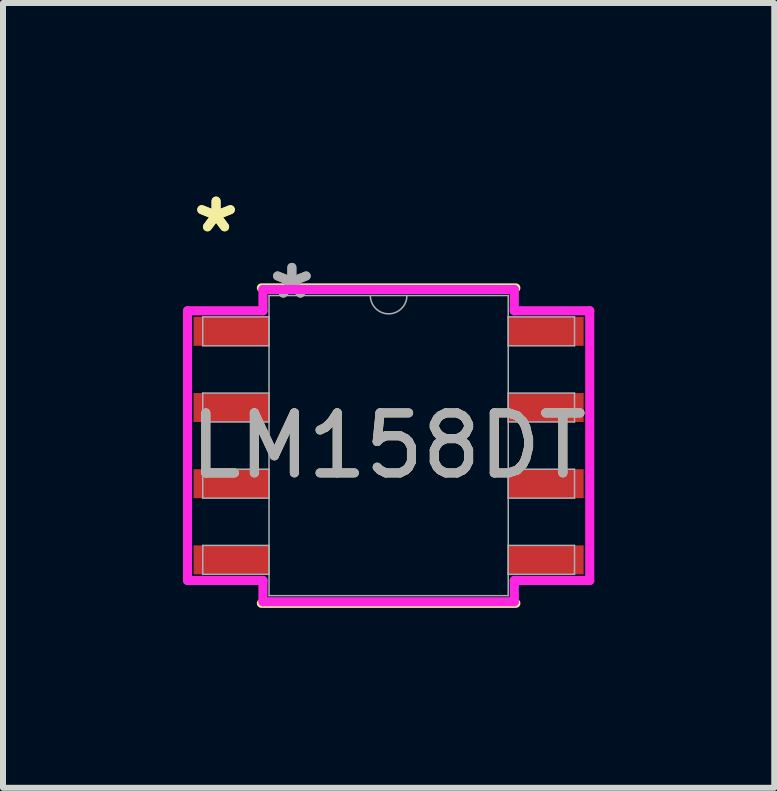
<source format=kicad_pcb>
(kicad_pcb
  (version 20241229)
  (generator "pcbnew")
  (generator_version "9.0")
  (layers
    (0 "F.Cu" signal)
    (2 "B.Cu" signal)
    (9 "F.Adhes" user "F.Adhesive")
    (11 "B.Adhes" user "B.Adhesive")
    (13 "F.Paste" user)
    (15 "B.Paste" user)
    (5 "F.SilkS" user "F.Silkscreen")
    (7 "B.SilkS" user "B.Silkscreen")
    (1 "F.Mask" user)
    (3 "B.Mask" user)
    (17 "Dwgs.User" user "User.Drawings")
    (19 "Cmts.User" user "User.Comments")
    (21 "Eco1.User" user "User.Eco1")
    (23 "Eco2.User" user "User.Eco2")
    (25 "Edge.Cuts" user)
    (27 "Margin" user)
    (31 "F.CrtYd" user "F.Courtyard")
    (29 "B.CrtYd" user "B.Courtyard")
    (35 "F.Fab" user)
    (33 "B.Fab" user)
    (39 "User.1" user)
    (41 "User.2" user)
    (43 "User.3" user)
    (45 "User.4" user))
  (footprint "LM158DT"
    (layer "F.Cu")
    (at 3.429 4.379)
    (property "Reference" "LM158DT" (at 0 0 0) (unlocked yes) (layer "F.SilkS") (effects (font (size 1 1) (thickness 0.15))))
    (attr smd)
    (fp_line (start -2.121 2.629) (end 2.121 2.629) (stroke (width 0.152) (type solid)) (layer "F.SilkS"))
    (fp_line (start 2.121 -2.629) (end -2.121 -2.629) (stroke (width 0.152) (type solid)) (layer "F.SilkS"))
    (fp_line (start -3.353 -2.248) (end -2.095 -2.248) (stroke (width 0.152) (type solid)) (layer "F.CrtYd"))
    (fp_line (start -3.353 2.248) (end -3.353 -2.248) (stroke (width 0.152) (type solid)) (layer "F.CrtYd"))
    (fp_line (start -3.353 2.248) (end -2.095 2.248) (stroke (width 0.152) (type solid)) (layer "F.CrtYd"))
    (fp_line (start -2.095 -2.603) (end 2.095 -2.603) (stroke (width 0.152) (type solid)) (layer "F.CrtYd"))
    (fp_line (start -2.095 -2.248) (end -2.095 -2.603) (stroke (width 0.152) (type solid)) (layer "F.CrtYd"))
    (fp_line (start -2.095 2.603) (end -2.095 2.248) (stroke (width 0.152) (type solid)) (layer "F.CrtYd"))
    (fp_line (start 2.095 -2.603) (end 2.095 -2.248) (stroke (width 0.152) (type solid)) (layer "F.CrtYd"))
    (fp_line (start 2.095 2.248) (end 2.095 2.603) (stroke (width 0.152) (type solid)) (layer "F.CrtYd"))
    (fp_line (start 2.095 2.603) (end -2.095 2.603) (stroke (width 0.152) (type solid)) (layer "F.CrtYd"))
    (fp_line (start 3.353 -2.248) (end 2.095 -2.248) (stroke (width 0.152) (type solid)) (layer "F.CrtYd"))
    (fp_line (start 3.353 -2.248) (end 3.353 2.248) (stroke (width 0.152) (type solid)) (layer "F.CrtYd"))
    (fp_line (start 3.353 2.248) (end 2.095 2.248) (stroke (width 0.152) (type solid)) (layer "F.CrtYd"))
    (fp_line (start -3.099 -2.146) (end -3.099 -1.664) (stroke (width 0.025) (type solid)) (layer "F.Fab"))
    (fp_line (start -3.099 -1.664) (end -1.994 -1.664) (stroke (width 0.025) (type solid)) (layer "F.Fab"))
    (fp_line (start -3.099 -0.876) (end -3.099 -0.394) (stroke (width 0.025) (type solid)) (layer "F.Fab"))
    (fp_line (start -3.099 -0.394) (end -1.994 -0.394) (stroke (width 0.025) (type solid)) (layer "F.Fab"))
    (fp_line (start -3.099 0.394) (end -3.099 0.876) (stroke (width 0.025) (type solid)) (layer "F.Fab"))
    (fp_line (start -3.099 0.876) (end -1.994 0.876) (stroke (width 0.025) (type solid)) (layer "F.Fab"))
    (fp_line (start -3.099 1.664) (end -3.099 2.146) (stroke (width 0.025) (type solid)) (layer "F.Fab"))
    (fp_line (start -3.099 2.146) (end -1.994 2.146) (stroke (width 0.025) (type solid)) (layer "F.Fab"))
    (fp_line (start -1.994 -2.502) (end -1.994 2.502) (stroke (width 0.025) (type solid)) (layer "F.Fab"))
    (fp_line (start -1.994 -2.146) (end -3.099 -2.146) (stroke (width 0.025) (type solid)) (layer "F.Fab"))
    (fp_line (start -1.994 -1.664) (end -1.994 -2.146) (stroke (width 0.025) (type solid)) (layer "F.Fab"))
    (fp_line (start -1.994 -0.876) (end -3.099 -0.876) (stroke (width 0.025) (type solid)) (layer "F.Fab"))
    (fp_line (start -1.994 -0.394) (end -1.994 -0.876) (stroke (width 0.025) (type solid)) (layer "F.Fab"))
    (fp_line (start -1.994 0.394) (end -3.099 0.394) (stroke (width 0.025) (type solid)) (layer "F.Fab"))
    (fp_line (start -1.994 0.876) (end -1.994 0.394) (stroke (width 0.025) (type solid)) (layer "F.Fab"))
    (fp_line (start -1.994 1.664) (end -3.099 1.664) (stroke (width 0.025) (type solid)) (layer "F.Fab"))
    (fp_line (start -1.994 2.146) (end -1.994 1.664) (stroke (width 0.025) (type solid)) (layer "F.Fab"))
    (fp_line (start -1.994 2.502) (end 1.994 2.502) (stroke (width 0.025) (type solid)) (layer "F.Fab"))
    (fp_line (start 1.994 -2.502) (end -1.994 -2.502) (stroke (width 0.025) (type solid)) (layer "F.Fab"))
    (fp_line (start 1.994 -2.146) (end 1.994 -1.664) (stroke (width 0.025) (type solid)) (layer "F.Fab"))
    (fp_line (start 1.994 -1.664) (end 3.099 -1.664) (stroke (width 0.025) (type solid)) (layer "F.Fab"))
    (fp_line (start 1.994 -0.876) (end 1.994 -0.394) (stroke (width 0.025) (type solid)) (layer "F.Fab"))
    (fp_line (start 1.994 -0.394) (end 3.099 -0.394) (stroke (width 0.025) (type solid)) (layer "F.Fab"))
    (fp_line (start 1.994 0.394) (end 1.994 0.876) (stroke (width 0.025) (type solid)) (layer "F.Fab"))
    (fp_line (start 1.994 0.876) (end 3.099 0.876) (stroke (width 0.025) (type solid)) (layer "F.Fab"))
    (fp_line (start 1.994 1.664) (end 1.994 2.146) (stroke (width 0.025) (type solid)) (layer "F.Fab"))
    (fp_line (start 1.994 2.146) (end 3.099 2.146) (stroke (width 0.025) (type solid)) (layer "F.Fab"))
    (fp_line (start 1.994 2.502) (end 1.994 -2.502) (stroke (width 0.025) (type solid)) (layer "F.Fab"))
    (fp_line (start 3.099 -2.146) (end 1.994 -2.146) (stroke (width 0.025) (type solid)) (layer "F.Fab"))
    (fp_line (start 3.099 -1.664) (end 3.099 -2.146) (stroke (width 0.025) (type solid)) (layer "F.Fab"))
    (fp_line (start 3.099 -0.876) (end 1.994 -0.876) (stroke (width 0.025) (type solid)) (layer "F.Fab"))
    (fp_line (start 3.099 -0.394) (end 3.099 -0.876) (stroke (width 0.025) (type solid)) (layer "F.Fab"))
    (fp_line (start 3.099 0.394) (end 1.994 0.394) (stroke (width 0.025) (type solid)) (layer "F.Fab"))
    (fp_line (start 3.099 0.876) (end 3.099 0.394) (stroke (width 0.025) (type solid)) (layer "F.Fab"))
    (fp_line (start 3.099 1.664) (end 1.994 1.664) (stroke (width 0.025) (type solid)) (layer "F.Fab"))
    (fp_line (start 3.099 2.146) (end 3.099 1.664) (stroke (width 0.025) (type solid)) (layer "F.Fab"))
    (fp_arc (start 0.3048 -2.5019) (mid 0 -2.1971) (end -0.3048 -2.5019) (stroke (width 0.0254) (type solid)) (layer "F.Fab"))
    (fp_text user "*" (at -2.877 -3.531 0) (layer "F.SilkS") (effects (font (size 1 1) (thickness 0.15))))
    (fp_text user "*" (at -2.877 -3.531 0) (unlocked yes) (layer "F.SilkS") (effects (font (size 1 1) (thickness 0.15))))
    (fp_text user "*" (at -1.613 -2.426 0) (layer "F.Fab") (effects (font (size 1 1) (thickness 0.15))))
    (fp_text user "*" (at -1.613 -2.426 0) (unlocked yes) (layer "F.Fab") (effects (font (size 1 1) (thickness 0.15))))
    (fp_text user "${REFERENCE}" (at 0 0 0) (unlocked yes) (layer "F.Fab") (effects (font (size 1 1) (thickness 0.15))))
    (pad "1" smd rect (at -2.623 -1.905) (size 1.257 0.483) (layers "F.Cu" "F.Mask" "F.Paste"))
    (pad "2" smd rect (at -2.623 -0.635) (size 1.257 0.483) (layers "F.Cu" "F.Mask" "F.Paste"))
    (pad "3" smd rect (at -2.623 0.635) (size 1.257 0.483) (layers "F.Cu" "F.Mask" "F.Paste"))
    (pad "4" smd rect (at -2.623 1.905) (size 1.257 0.483) (layers "F.Cu" "F.Mask" "F.Paste"))
    (pad "5" smd rect (at 2.623 1.905) (size 1.257 0.483) (layers "F.Cu" "F.Mask" "F.Paste"))
    (pad "6" smd rect (at 2.623 0.635) (size 1.257 0.483) (layers "F.Cu" "F.Mask" "F.Paste"))
    (pad "7" smd rect (at 2.623 -0.635) (size 1.257 0.483) (layers "F.Cu" "F.Mask" "F.Paste"))
    (pad "8" smd rect (at 2.623 -1.905) (size 1.257 0.483) (layers "F.Cu" "F.Mask" "F.Paste")))
  (gr_rect
    (start -3 -3)
    (end 9.858 10.084)
    (stroke (width 0.1) (type default))
    (fill no)
    (layer "Edge.Cuts")))
</source>
